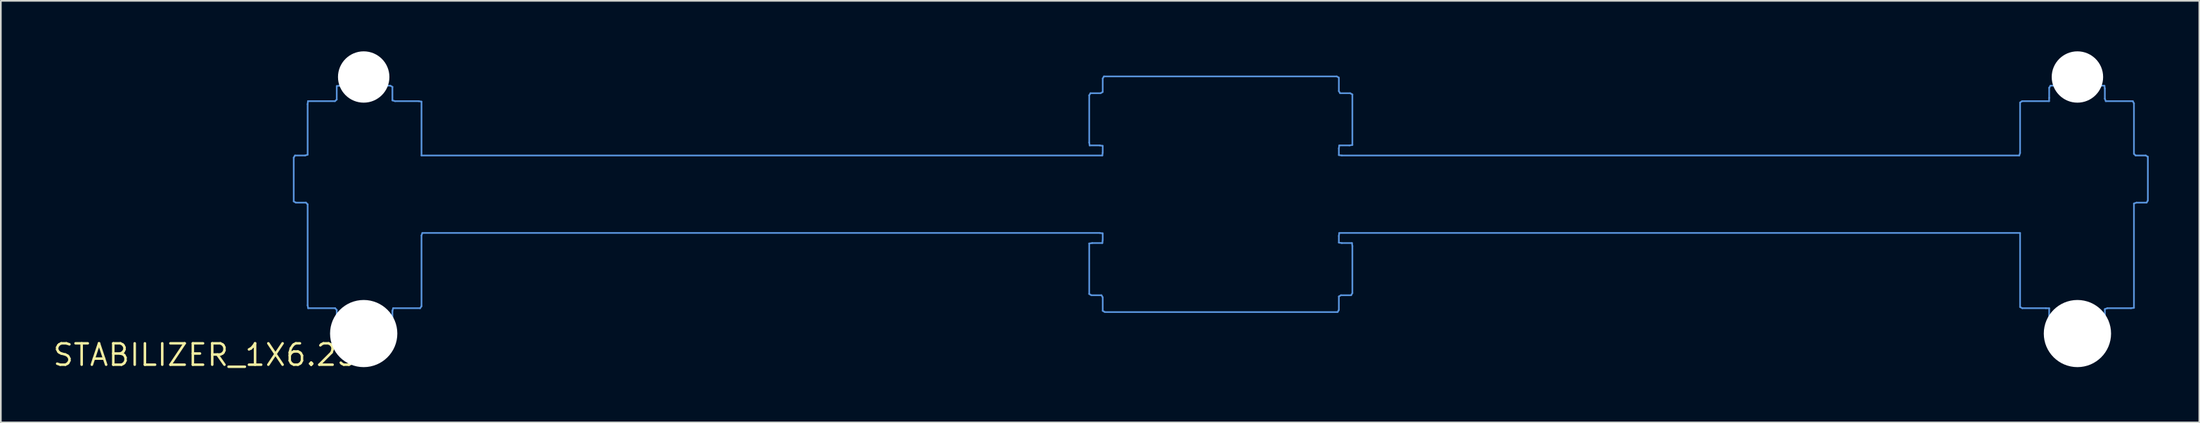
<source format=kicad_pcb>
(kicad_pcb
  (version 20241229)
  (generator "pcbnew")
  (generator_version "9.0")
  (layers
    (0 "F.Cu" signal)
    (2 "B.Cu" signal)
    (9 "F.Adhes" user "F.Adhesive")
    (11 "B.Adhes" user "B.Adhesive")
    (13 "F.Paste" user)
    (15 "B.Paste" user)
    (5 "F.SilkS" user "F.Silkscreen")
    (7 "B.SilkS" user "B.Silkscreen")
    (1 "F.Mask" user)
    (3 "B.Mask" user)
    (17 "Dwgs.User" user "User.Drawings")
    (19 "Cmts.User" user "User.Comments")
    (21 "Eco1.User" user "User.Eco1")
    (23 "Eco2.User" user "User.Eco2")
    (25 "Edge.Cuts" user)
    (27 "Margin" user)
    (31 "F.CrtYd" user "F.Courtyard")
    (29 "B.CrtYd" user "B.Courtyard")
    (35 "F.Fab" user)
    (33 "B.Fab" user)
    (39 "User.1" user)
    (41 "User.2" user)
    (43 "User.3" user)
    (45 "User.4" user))
  (footprint "STABILIZER_1X6.25U"
    (layer "F.Cu")
    (at 9.774 18.034)
    (property "Reference" "STABILIZER_1X6.25U" (at 0 0 0) (layer "F.SilkS") (effects (font (size 1.27 1.27) (thickness 0.15))))
    (attr through_hole)
    (fp_line (start 4.59 -11.721) (end 4.59 -9.121) (stroke (width 0.1) (type solid)) (layer "Cmts.User"))
    (fp_line (start 4.59 -9.121) (end 4.715 -9.046) (stroke (width 0.1) (type solid)) (layer "Cmts.User"))
    (fp_line (start 4.665 -11.846) (end 4.59 -11.721) (stroke (width 0.1) (type solid)) (layer "Cmts.User"))
    (fp_line (start 4.715 -9.046) (end 5.315 -9.046) (stroke (width 0.1) (type solid)) (layer "Cmts.User"))
    (fp_line (start 5.265 -11.846) (end 4.665 -11.846) (stroke (width 0.1) (type solid)) (layer "Cmts.User"))
    (fp_line (start 5.315 -9.046) (end 5.415 -8.946) (stroke (width 0.1) (type solid)) (layer "Cmts.User"))
    (fp_line (start 5.415 -14.896) (end 5.415 -11.896) (stroke (width 0.1) (type solid)) (layer "Cmts.User"))
    (fp_line (start 5.415 -11.896) (end 5.265 -11.846) (stroke (width 0.1) (type solid)) (layer "Cmts.User"))
    (fp_line (start 5.415 -8.946) (end 5.415 -2.946) (stroke (width 0.1) (type solid)) (layer "Cmts.User"))
    (fp_line (start 5.415 -2.946) (end 5.445 -2.776) (stroke (width 0.1) (type solid)) (layer "Cmts.User"))
    (fp_line (start 5.435 -15.076) (end 5.415 -14.896) (stroke (width 0.1) (type solid)) (layer "Cmts.User"))
    (fp_line (start 5.445 -2.776) (end 7.045 -2.776) (stroke (width 0.1) (type solid)) (layer "Cmts.User"))
    (fp_line (start 7.035 -15.076) (end 5.435 -15.076) (stroke (width 0.1) (type solid)) (layer "Cmts.User"))
    (fp_line (start 7.045 -2.776) (end 7.14 -2.671) (stroke (width 0.1) (type solid)) (layer "Cmts.User"))
    (fp_line (start 7.14 -15.971) (end 7.14 -15.171) (stroke (width 0.1) (type solid)) (layer "Cmts.User"))
    (fp_line (start 7.14 -15.171) (end 7.035 -15.076) (stroke (width 0.1) (type solid)) (layer "Cmts.User"))
    (fp_line (start 7.14 -2.671) (end 7.14 -1.871) (stroke (width 0.1) (type solid)) (layer "Cmts.User"))
    (fp_line (start 7.14 -1.871) (end 7.265 -1.796) (stroke (width 0.1) (type solid)) (layer "Cmts.User"))
    (fp_line (start 7.265 -1.796) (end 10.265 -1.796) (stroke (width 0.1) (type solid)) (layer "Cmts.User"))
    (fp_line (start 7.315 -15.996) (end 7.14 -15.971) (stroke (width 0.1) (type solid)) (layer "Cmts.User"))
    (fp_line (start 10.265 -1.796) (end 10.44 -1.821) (stroke (width 0.1) (type solid)) (layer "Cmts.User"))
    (fp_line (start 10.315 -15.996) (end 7.315 -15.996) (stroke (width 0.1) (type solid)) (layer "Cmts.User"))
    (fp_line (start 10.44 -15.921) (end 10.315 -15.996) (stroke (width 0.1) (type solid)) (layer "Cmts.User"))
    (fp_line (start 10.44 -15.121) (end 10.44 -15.921) (stroke (width 0.1) (type solid)) (layer "Cmts.User"))
    (fp_line (start 10.44 -2.621) (end 10.485 -2.776) (stroke (width 0.1) (type solid)) (layer "Cmts.User"))
    (fp_line (start 10.44 -1.821) (end 10.44 -2.621) (stroke (width 0.1) (type solid)) (layer "Cmts.User"))
    (fp_line (start 10.485 -2.776) (end 12.085 -2.776) (stroke (width 0.1) (type solid)) (layer "Cmts.User"))
    (fp_line (start 10.595 -15.076) (end 10.44 -15.121) (stroke (width 0.1) (type solid)) (layer "Cmts.User"))
    (fp_line (start 11.995 -15.076) (end 10.595 -15.076) (stroke (width 0.1) (type solid)) (layer "Cmts.User"))
    (fp_line (start 12.085 -2.776) (end 12.165 -2.896) (stroke (width 0.1) (type solid)) (layer "Cmts.User"))
    (fp_line (start 12.165 -15.046) (end 11.995 -15.076) (stroke (width 0.1) (type solid)) (layer "Cmts.User"))
    (fp_line (start 12.165 -11.846) (end 12.165 -15.046) (stroke (width 0.1) (type solid)) (layer "Cmts.User"))
    (fp_line (start 12.165 -7.096) (end 12.215 -7.246) (stroke (width 0.1) (type solid)) (layer "Cmts.User"))
    (fp_line (start 12.165 -2.896) (end 12.165 -7.096) (stroke (width 0.1) (type solid)) (layer "Cmts.User"))
    (fp_line (start 12.215 -7.246) (end 52.377 -7.246) (stroke (width 0.1) (type solid)) (layer "Cmts.User"))
    (fp_line (start 51.752 -15.421) (end 51.752 -12.621) (stroke (width 0.1) (type solid)) (layer "Cmts.User"))
    (fp_line (start 51.752 -12.621) (end 51.777 -12.446) (stroke (width 0.1) (type solid)) (layer "Cmts.User"))
    (fp_line (start 51.752 -6.621) (end 51.752 -3.621) (stroke (width 0.1) (type solid)) (layer "Cmts.User"))
    (fp_line (start 51.752 -3.621) (end 51.877 -3.546) (stroke (width 0.1) (type solid)) (layer "Cmts.User"))
    (fp_line (start 51.777 -12.446) (end 52.377 -12.446) (stroke (width 0.1) (type solid)) (layer "Cmts.User"))
    (fp_line (start 51.827 -15.546) (end 51.752 -15.421) (stroke (width 0.1) (type solid)) (layer "Cmts.User"))
    (fp_line (start 51.877 -3.546) (end 52.477 -3.546) (stroke (width 0.1) (type solid)) (layer "Cmts.User"))
    (fp_line (start 51.927 -6.646) (end 51.752 -6.621) (stroke (width 0.1) (type solid)) (layer "Cmts.User"))
    (fp_line (start 52.377 -12.446) (end 52.552 -12.421) (stroke (width 0.1) (type solid)) (layer "Cmts.User"))
    (fp_line (start 52.377 -7.246) (end 52.552 -7.221) (stroke (width 0.1) (type solid)) (layer "Cmts.User"))
    (fp_line (start 52.427 -15.546) (end 51.827 -15.546) (stroke (width 0.1) (type solid)) (layer "Cmts.User"))
    (fp_line (start 52.477 -3.546) (end 52.552 -3.421) (stroke (width 0.1) (type solid)) (layer "Cmts.User"))
    (fp_line (start 52.527 -6.646) (end 51.927 -6.646) (stroke (width 0.1) (type solid)) (layer "Cmts.User"))
    (fp_line (start 52.527 -11.846) (end 12.165 -11.846) (stroke (width 0.1) (type solid)) (layer "Cmts.User"))
    (fp_line (start 52.552 -16.421) (end 52.552 -15.621) (stroke (width 0.1) (type solid)) (layer "Cmts.User"))
    (fp_line (start 52.552 -15.621) (end 52.427 -15.546) (stroke (width 0.1) (type solid)) (layer "Cmts.User"))
    (fp_line (start 52.552 -12.421) (end 52.552 -12.021) (stroke (width 0.1) (type solid)) (layer "Cmts.User"))
    (fp_line (start 52.552 -12.021) (end 52.527 -11.846) (stroke (width 0.1) (type solid)) (layer "Cmts.User"))
    (fp_line (start 52.552 -7.221) (end 52.552 -6.821) (stroke (width 0.1) (type solid)) (layer "Cmts.User"))
    (fp_line (start 52.552 -6.821) (end 52.527 -6.646) (stroke (width 0.1) (type solid)) (layer "Cmts.User"))
    (fp_line (start 52.552 -3.421) (end 52.552 -2.621) (stroke (width 0.1) (type solid)) (layer "Cmts.User"))
    (fp_line (start 52.552 -2.621) (end 52.677 -2.546) (stroke (width 0.1) (type solid)) (layer "Cmts.User"))
    (fp_line (start 52.627 -16.546) (end 52.552 -16.421) (stroke (width 0.1) (type solid)) (layer "Cmts.User"))
    (fp_line (start 52.677 -2.546) (end 66.477 -2.546) (stroke (width 0.1) (type solid)) (layer "Cmts.User"))
    (fp_line (start 66.427 -16.546) (end 52.627 -16.546) (stroke (width 0.1) (type solid)) (layer "Cmts.User"))
    (fp_line (start 66.477 -2.546) (end 66.552 -2.671) (stroke (width 0.1) (type solid)) (layer "Cmts.User"))
    (fp_line (start 66.552 -16.471) (end 66.427 -16.546) (stroke (width 0.1) (type solid)) (layer "Cmts.User"))
    (fp_line (start 66.552 -15.671) (end 66.552 -16.471) (stroke (width 0.1) (type solid)) (layer "Cmts.User"))
    (fp_line (start 66.552 -12.271) (end 66.577 -12.446) (stroke (width 0.1) (type solid)) (layer "Cmts.User"))
    (fp_line (start 66.552 -11.871) (end 66.552 -12.271) (stroke (width 0.1) (type solid)) (layer "Cmts.User"))
    (fp_line (start 66.552 -7.071) (end 66.577 -7.246) (stroke (width 0.1) (type solid)) (layer "Cmts.User"))
    (fp_line (start 66.552 -6.671) (end 66.552 -7.071) (stroke (width 0.1) (type solid)) (layer "Cmts.User"))
    (fp_line (start 66.552 -3.471) (end 66.677 -3.546) (stroke (width 0.1) (type solid)) (layer "Cmts.User"))
    (fp_line (start 66.552 -2.671) (end 66.552 -3.471) (stroke (width 0.1) (type solid)) (layer "Cmts.User"))
    (fp_line (start 66.577 -12.446) (end 67.177 -12.446) (stroke (width 0.1) (type solid)) (layer "Cmts.User"))
    (fp_line (start 66.577 -7.246) (end 106.939 -7.246) (stroke (width 0.1) (type solid)) (layer "Cmts.User"))
    (fp_line (start 66.627 -15.546) (end 66.552 -15.671) (stroke (width 0.1) (type solid)) (layer "Cmts.User"))
    (fp_line (start 66.677 -3.546) (end 67.277 -3.546) (stroke (width 0.1) (type solid)) (layer "Cmts.User"))
    (fp_line (start 66.727 -11.846) (end 66.552 -11.871) (stroke (width 0.1) (type solid)) (layer "Cmts.User"))
    (fp_line (start 66.727 -6.646) (end 66.552 -6.671) (stroke (width 0.1) (type solid)) (layer "Cmts.User"))
    (fp_line (start 67.177 -12.446) (end 67.352 -12.471) (stroke (width 0.1) (type solid)) (layer "Cmts.User"))
    (fp_line (start 67.227 -15.546) (end 66.627 -15.546) (stroke (width 0.1) (type solid)) (layer "Cmts.User"))
    (fp_line (start 67.277 -3.546) (end 67.352 -3.671) (stroke (width 0.1) (type solid)) (layer "Cmts.User"))
    (fp_line (start 67.327 -6.646) (end 66.727 -6.646) (stroke (width 0.1) (type solid)) (layer "Cmts.User"))
    (fp_line (start 67.352 -15.471) (end 67.227 -15.546) (stroke (width 0.1) (type solid)) (layer "Cmts.User"))
    (fp_line (start 67.352 -12.471) (end 67.352 -15.471) (stroke (width 0.1) (type solid)) (layer "Cmts.User"))
    (fp_line (start 67.352 -6.471) (end 67.327 -6.646) (stroke (width 0.1) (type solid)) (layer "Cmts.User"))
    (fp_line (start 67.352 -3.671) (end 67.352 -6.471) (stroke (width 0.1) (type solid)) (layer "Cmts.User"))
    (fp_line (start 106.889 -11.846) (end 66.727 -11.846) (stroke (width 0.1) (type solid)) (layer "Cmts.User"))
    (fp_line (start 106.939 -14.996) (end 106.939 -11.996) (stroke (width 0.1) (type solid)) (layer "Cmts.User"))
    (fp_line (start 106.939 -11.996) (end 106.889 -11.846) (stroke (width 0.1) (type solid)) (layer "Cmts.User"))
    (fp_line (start 106.939 -7.246) (end 106.939 -2.846) (stroke (width 0.1) (type solid)) (layer "Cmts.User"))
    (fp_line (start 106.939 -2.846) (end 107.069 -2.776) (stroke (width 0.1) (type solid)) (layer "Cmts.User"))
    (fp_line (start 107.059 -15.076) (end 106.939 -14.996) (stroke (width 0.1) (type solid)) (layer "Cmts.User"))
    (fp_line (start 107.069 -2.776) (end 108.469 -2.776) (stroke (width 0.1) (type solid)) (layer "Cmts.User"))
    (fp_line (start 108.469 -2.776) (end 108.664 -2.771) (stroke (width 0.1) (type solid)) (layer "Cmts.User"))
    (fp_line (start 108.659 -15.076) (end 107.059 -15.076) (stroke (width 0.1) (type solid)) (layer "Cmts.User"))
    (fp_line (start 108.664 -15.871) (end 108.664 -15.271) (stroke (width 0.1) (type solid)) (layer "Cmts.User"))
    (fp_line (start 108.664 -15.271) (end 108.659 -15.076) (stroke (width 0.1) (type solid)) (layer "Cmts.User"))
    (fp_line (start 108.664 -2.771) (end 108.664 -1.971) (stroke (width 0.1) (type solid)) (layer "Cmts.User"))
    (fp_line (start 108.664 -1.971) (end 108.689 -1.796) (stroke (width 0.1) (type solid)) (layer "Cmts.User"))
    (fp_line (start 108.689 -1.796) (end 111.889 -1.796) (stroke (width 0.1) (type solid)) (layer "Cmts.User"))
    (fp_line (start 108.739 -15.996) (end 108.664 -15.871) (stroke (width 0.1) (type solid)) (layer "Cmts.User"))
    (fp_line (start 111.889 -1.796) (end 111.964 -1.921) (stroke (width 0.1) (type solid)) (layer "Cmts.User"))
    (fp_line (start 111.939 -15.996) (end 108.739 -15.996) (stroke (width 0.1) (type solid)) (layer "Cmts.User"))
    (fp_line (start 111.964 -15.821) (end 111.939 -15.996) (stroke (width 0.1) (type solid)) (layer "Cmts.User"))
    (fp_line (start 111.964 -15.221) (end 111.964 -15.821) (stroke (width 0.1) (type solid)) (layer "Cmts.User"))
    (fp_line (start 111.964 -2.721) (end 112.109 -2.776) (stroke (width 0.1) (type solid)) (layer "Cmts.User"))
    (fp_line (start 111.964 -1.921) (end 111.964 -2.721) (stroke (width 0.1) (type solid)) (layer "Cmts.User"))
    (fp_line (start 112.019 -15.076) (end 111.964 -15.221) (stroke (width 0.1) (type solid)) (layer "Cmts.User"))
    (fp_line (start 112.109 -2.776) (end 113.509 -2.776) (stroke (width 0.1) (type solid)) (layer "Cmts.User"))
    (fp_line (start 113.509 -2.776) (end 113.689 -2.796) (stroke (width 0.1) (type solid)) (layer "Cmts.User"))
    (fp_line (start 113.619 -15.076) (end 112.019 -15.076) (stroke (width 0.1) (type solid)) (layer "Cmts.User"))
    (fp_line (start 113.689 -14.946) (end 113.619 -15.076) (stroke (width 0.1) (type solid)) (layer "Cmts.User"))
    (fp_line (start 113.689 -11.946) (end 113.689 -14.946) (stroke (width 0.1) (type solid)) (layer "Cmts.User"))
    (fp_line (start 113.689 -8.996) (end 113.839 -9.046) (stroke (width 0.1) (type solid)) (layer "Cmts.User"))
    (fp_line (start 113.689 -2.796) (end 113.689 -8.996) (stroke (width 0.1) (type solid)) (layer "Cmts.User"))
    (fp_line (start 113.789 -11.846) (end 113.689 -11.946) (stroke (width 0.1) (type solid)) (layer "Cmts.User"))
    (fp_line (start 113.839 -9.046) (end 114.439 -9.046) (stroke (width 0.1) (type solid)) (layer "Cmts.User"))
    (fp_line (start 114.389 -11.846) (end 113.789 -11.846) (stroke (width 0.1) (type solid)) (layer "Cmts.User"))
    (fp_line (start 114.439 -9.046) (end 114.514 -9.171) (stroke (width 0.1) (type solid)) (layer "Cmts.User"))
    (fp_line (start 114.514 -11.771) (end 114.389 -11.846) (stroke (width 0.1) (type solid)) (layer "Cmts.User"))
    (fp_line (start 114.514 -9.171) (end 114.514 -11.771) (stroke (width 0.1) (type solid)) (layer "Cmts.User"))
    (pad "" np_thru_hole circle (at 8.738 -16.51) (size 3.048 3.048) (drill 3.048) (layers "*.Cu" "*.Mask"))
    (pad "" np_thru_hole circle (at 8.738 -1.27) (size 3.988 3.988) (drill 3.988) (layers "*.Cu" "*.Mask"))
    (pad "" np_thru_hole circle (at 110.338 -16.51) (size 3.048 3.048) (drill 3.048) (layers "*.Cu" "*.Mask"))
    (pad "" np_thru_hole circle (at 110.338 -1.27) (size 3.988 3.988) (drill 3.988) (layers "*.Cu" "*.Mask")))
  (gr_rect
    (start -3 -3)
    (end 127.338 22.04)
    (stroke (width 0.1) (type default))
    (fill no)
    (layer "Edge.Cuts")))
</source>
